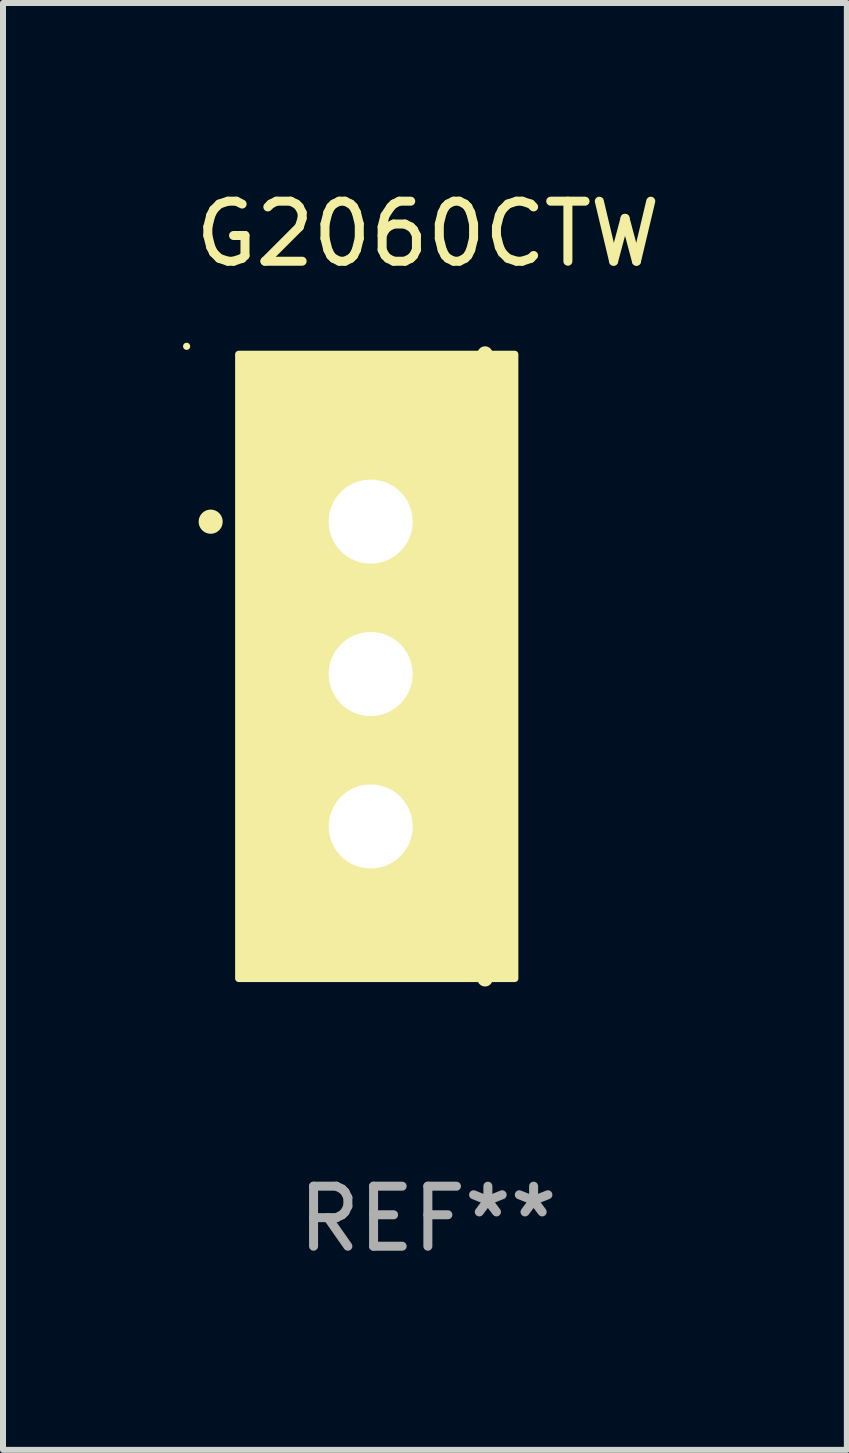
<source format=kicad_pcb>
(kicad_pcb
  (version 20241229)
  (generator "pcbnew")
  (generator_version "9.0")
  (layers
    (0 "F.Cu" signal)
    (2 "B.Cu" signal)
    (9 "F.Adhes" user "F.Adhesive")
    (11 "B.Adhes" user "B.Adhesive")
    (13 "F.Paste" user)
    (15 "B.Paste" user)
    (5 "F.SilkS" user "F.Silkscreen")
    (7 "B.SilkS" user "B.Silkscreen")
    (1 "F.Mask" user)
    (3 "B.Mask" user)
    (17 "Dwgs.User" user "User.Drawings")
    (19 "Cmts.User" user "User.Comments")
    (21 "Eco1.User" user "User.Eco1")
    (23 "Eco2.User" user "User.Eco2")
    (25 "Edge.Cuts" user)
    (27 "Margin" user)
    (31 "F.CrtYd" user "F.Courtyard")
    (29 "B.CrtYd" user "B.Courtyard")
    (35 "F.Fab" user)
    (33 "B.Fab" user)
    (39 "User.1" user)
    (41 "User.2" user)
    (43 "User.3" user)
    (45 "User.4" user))
  (footprint "G2060CTW"
    (layer "F.Cu")
    (at 4.08 8.055)
    (property "Reference" "G2060CTW" (at 0 -7.207 0) (layer "F.SilkS") (effects (font (size 1 1) (thickness 0.15))))
    (attr through_hole)
    (fp_line (start 0.953 5.207) (end 0.953 -5.207) (stroke (width 0.254) (type solid)) (layer "F.SilkS"))
    (fp_arc (start -3.619507 -2.410465) (mid -3.619511 -2.411735) (end -3.619507 -2.413005) (stroke (width 0.4) (type solid)) (layer "F.SilkS"))
    (fp_circle (center -4.02 -5.334) (end -3.99 -5.334) (stroke (width 0.06) (type solid)) (fill no) (layer "F.SilkS"))
    (fp_poly (pts (xy -3.152 -5.2) (xy 1.448 -5.2) (xy 1.448 5.2) (xy -3.152 5.2)) (stroke (width 0.12) (type solid)) (fill yes) (layer "F.SilkS"))
    (fp_text user "REF**" (at 0 9.207 0) (layer "F.Fab") (effects (font (size 1 1) (thickness 0.15))))
    (pad "1" thru_hole rect (at -0.953 -2.413 270) (size 2 2.5) (drill 1.4) (layers "*.Cu" "*.Mask"))
    (pad "2" thru_hole oval (at -0.953 0.127 270) (size 2 2.5) (drill 1.4) (layers "*.Cu" "*.Mask"))
    (pad "3" thru_hole oval (at -0.953 2.667 270) (size 2 2.5) (drill 1.4) (layers "*.Cu" "*.Mask")))
  (gr_rect
    (start -3 -3)
    (end 11.062 21.111)
    (stroke (width 0.1) (type default))
    (fill no)
    (layer "Edge.Cuts")))
</source>
